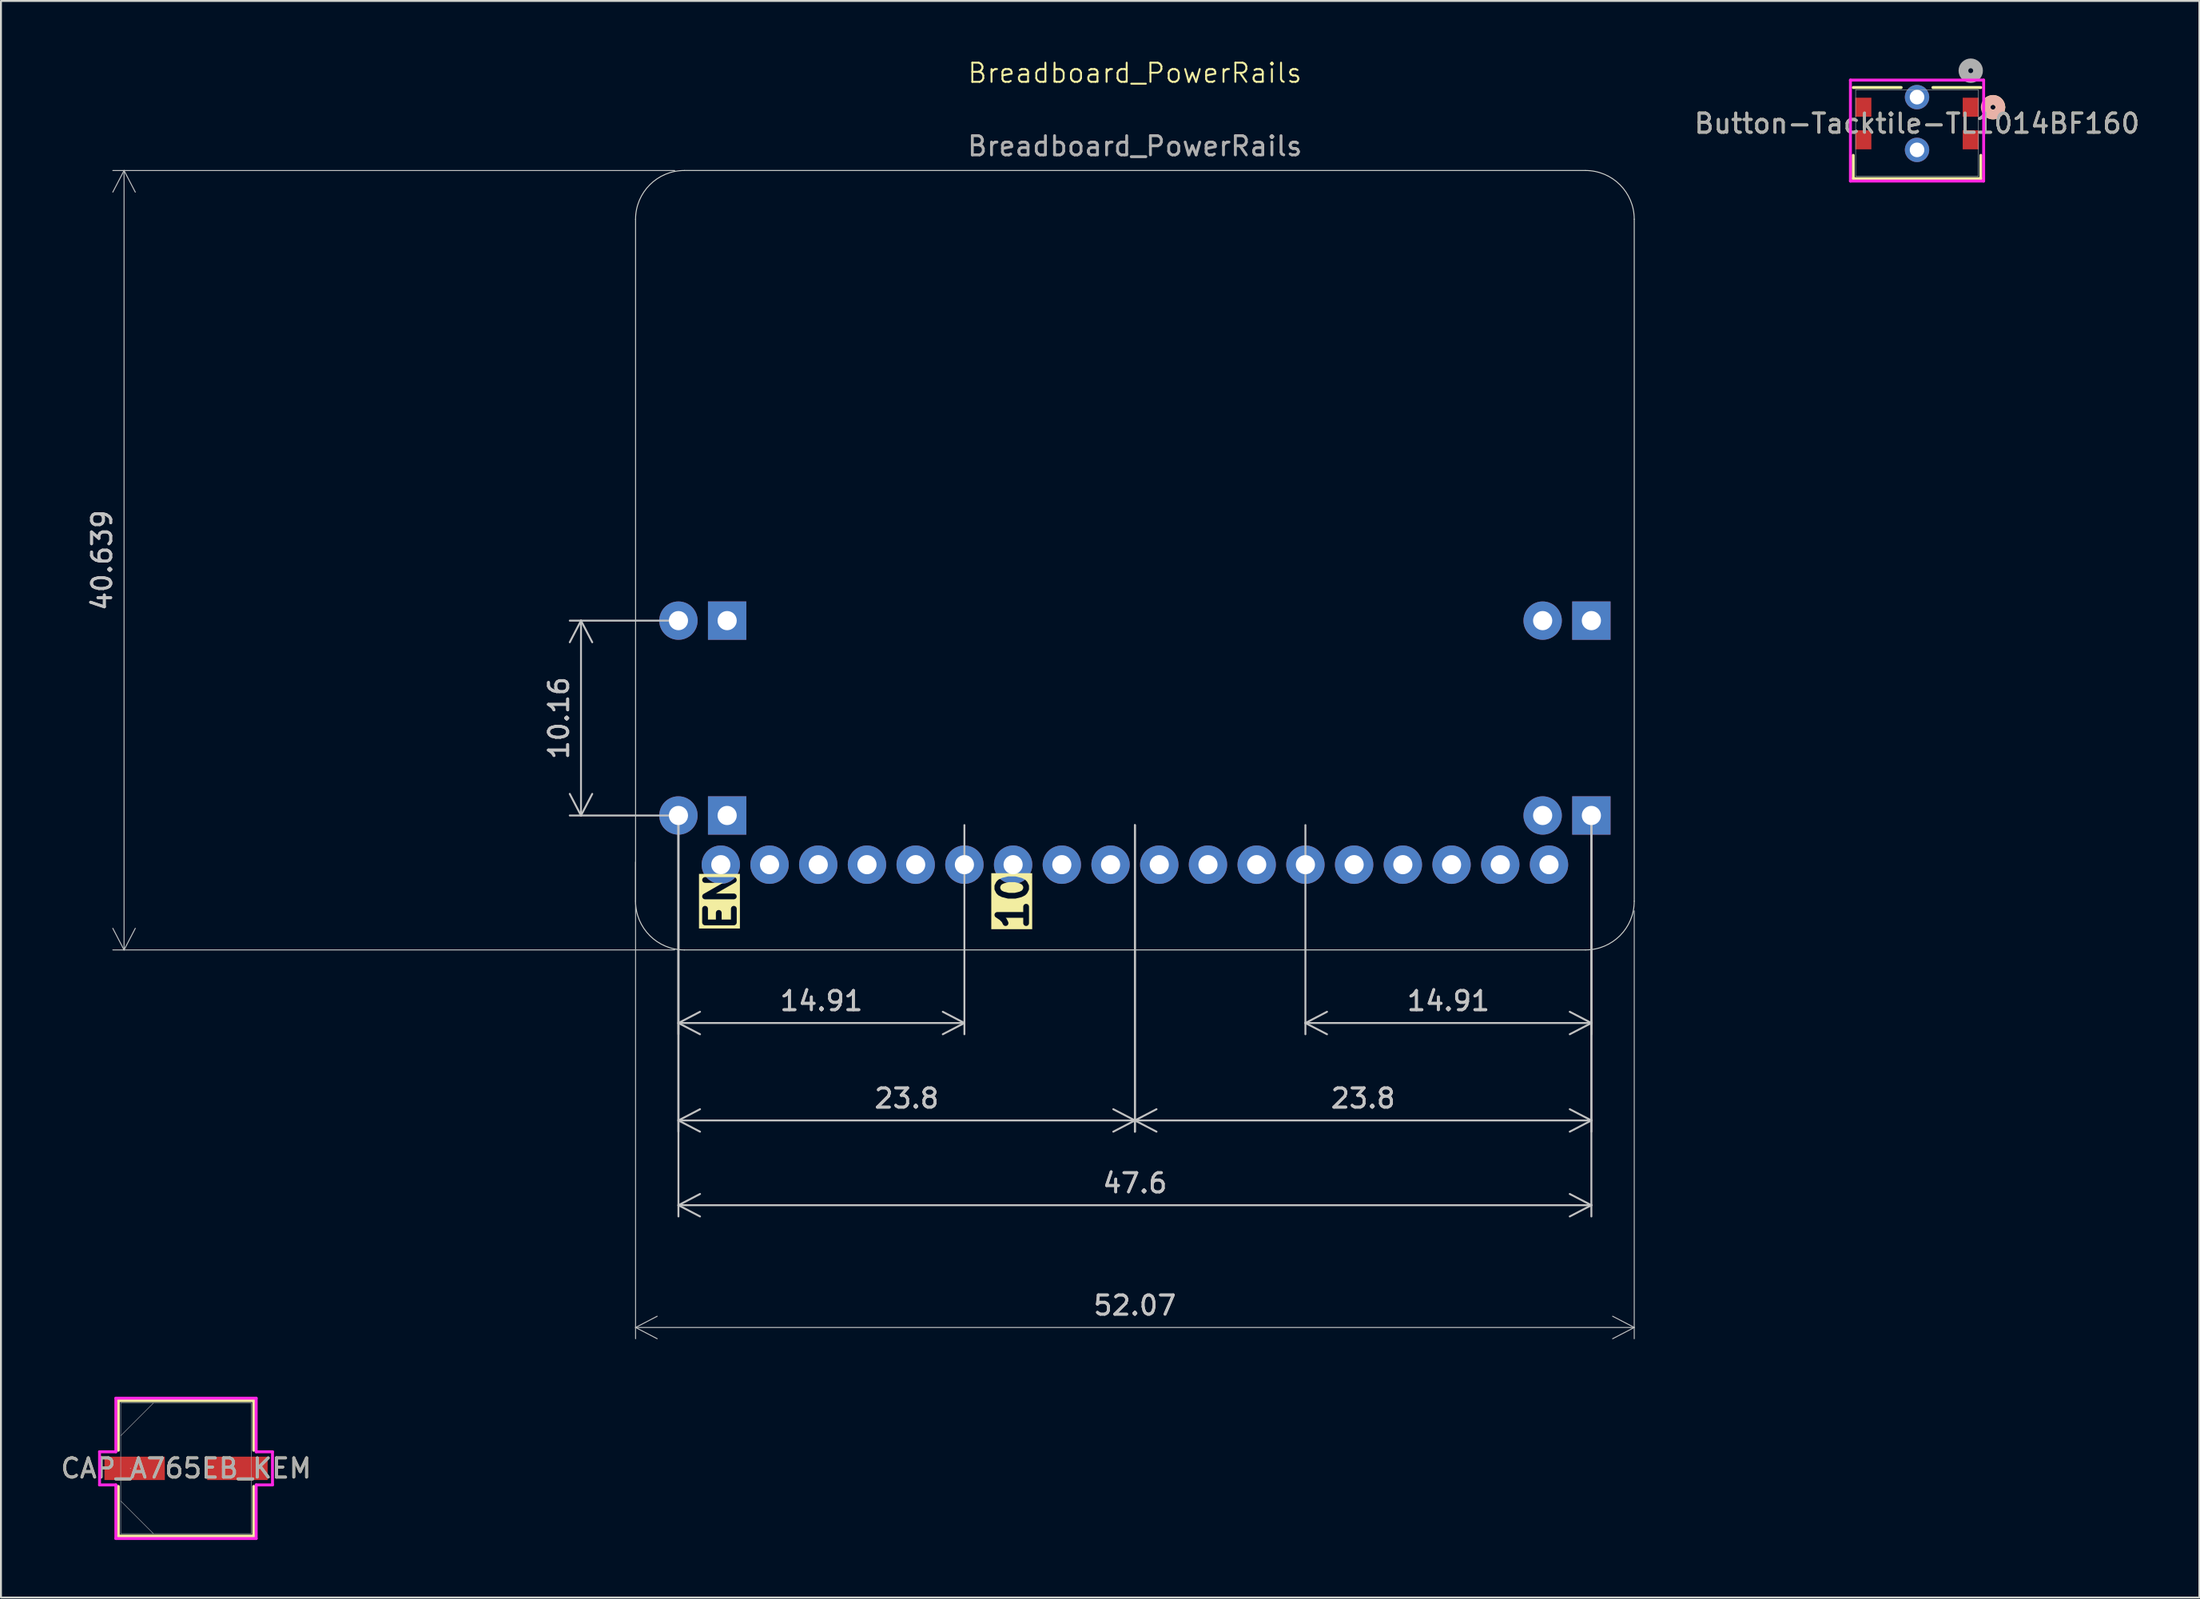
<source format=kicad_pcb>
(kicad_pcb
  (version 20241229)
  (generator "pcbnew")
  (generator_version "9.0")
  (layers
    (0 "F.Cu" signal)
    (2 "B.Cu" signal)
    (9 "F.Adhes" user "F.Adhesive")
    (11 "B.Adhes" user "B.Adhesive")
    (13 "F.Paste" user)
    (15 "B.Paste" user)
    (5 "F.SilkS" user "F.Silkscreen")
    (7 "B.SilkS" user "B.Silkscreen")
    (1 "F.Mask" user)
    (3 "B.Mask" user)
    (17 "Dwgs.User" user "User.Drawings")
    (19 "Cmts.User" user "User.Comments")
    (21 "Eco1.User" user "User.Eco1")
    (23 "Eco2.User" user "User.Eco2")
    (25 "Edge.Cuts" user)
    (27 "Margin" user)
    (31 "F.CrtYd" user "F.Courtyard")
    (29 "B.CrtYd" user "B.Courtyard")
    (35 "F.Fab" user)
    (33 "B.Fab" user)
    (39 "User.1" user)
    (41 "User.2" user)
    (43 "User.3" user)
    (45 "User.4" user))
  (footprint "Button-Tacktile-TL1014BF160"
    (layer "F.Cu")
    (at 96.903 3.888)
    (property "Reference" "Button-Tacktile-TL1014BF160" (at 0 -0.498 0) (unlocked yes) (layer "F.SilkS") (effects (font (size 1 1) (thickness 0.15))))
    (attr smd)
    (fp_line (start -3.327 1.162) (end -3.327 2.375) (stroke (width 0.152) (type solid)) (layer "F.SilkS"))
    (fp_line (start -3.327 2.375) (end 3.327 2.375) (stroke (width 0.152) (type solid)) (layer "F.SilkS"))
    (fp_line (start -0.827 -2.375) (end -3.327 -2.375) (stroke (width 0.152) (type solid)) (layer "F.SilkS"))
    (fp_line (start 3.327 -2.375) (end 0.827 -2.375) (stroke (width 0.152) (type solid)) (layer "F.SilkS"))
    (fp_line (start 3.327 2.375) (end 3.327 1.162) (stroke (width 0.152) (type solid)) (layer "F.SilkS"))
    (fp_arc (start 3.729639 -1.649535) (mid 4.130446 -1.689838) (end 4.3434 -1.3479) (stroke (width 0.508) (type solid)) (layer "F.SilkS"))
    (fp_arc (start 4.3434 -1.347899) (mid 4.130446 -1.005962) (end 3.729639 -1.046265) (stroke (width 0.508) (type solid)) (layer "F.SilkS"))
    (fp_circle (center 3.962 -1.348) (end 4.343 -1.348) (stroke (width 0.508) (type solid)) (fill no) (layer "B.SilkS"))
    (fp_line (start -3.473 -2.762) (end -3.473 2.502) (stroke (width 0.152) (type solid)) (layer "F.CrtYd"))
    (fp_line (start -3.473 2.502) (end 3.473 2.502) (stroke (width 0.152) (type solid)) (layer "F.CrtYd"))
    (fp_line (start 3.473 -2.762) (end -3.473 -2.762) (stroke (width 0.152) (type solid)) (layer "F.CrtYd"))
    (fp_line (start 3.473 2.502) (end 3.473 -2.762) (stroke (width 0.152) (type solid)) (layer "F.CrtYd"))
    (fp_line (start -3.2 -2.248) (end -3.2 2.248) (stroke (width 0.025) (type solid)) (layer "F.Fab"))
    (fp_line (start -3.2 2.248) (end 3.2 2.248) (stroke (width 0.025) (type solid)) (layer "F.Fab"))
    (fp_line (start 3.2 -2.248) (end -3.2 -2.248) (stroke (width 0.025) (type solid)) (layer "F.Fab"))
    (fp_line (start 3.2 2.248) (end 3.2 -2.248) (stroke (width 0.025) (type solid)) (layer "F.Fab"))
    (fp_circle (center 2.8 -3.253) (end 3.181 -3.253) (stroke (width 0.508) (type solid)) (fill no) (layer "F.Fab"))
    (fp_text user "${REFERENCE}" (at 0 -0.498 0) (unlocked yes) (layer "F.Fab") (effects (font (size 1 1) (thickness 0.15))))
    (pad "1" smd rect (at 2.8 -1.348) (size 0.838 0.991) (layers "F.Cu" "F.Mask" "F.Paste"))
    (pad "2" smd rect (at 2.8 0.352) (size 0.838 0.991) (layers "F.Cu" "F.Mask" "F.Paste"))
    (pad "3" smd rect (at -2.8 -1.348) (size 0.838 0.991) (layers "F.Cu" "F.Mask" "F.Paste"))
    (pad "4" smd rect (at -2.8 0.352) (size 0.838 0.991) (layers "F.Cu" "F.Mask" "F.Paste"))
    (pad "5" thru_hole circle (at 0 -1.873 90) (size 1.27 1.27) (drill 0.762) (layers "*.Cu" "*.Mask"))
    (pad "6" thru_hole circle (at 0 0.877 90) (size 1.27 1.27) (drill 0.762) (layers "*.Cu" "*.Mask")))
  (footprint "Breadboard_PowerRails"
    (layer "F.Cu")
    (at 56.123 5.84)
    (property "Reference" "Breadboard_PowerRails" (at 0 -5.08 0) (unlocked yes) (layer "F.SilkS") (effects (font (size 1 1) (thickness 0.1))))
    (attr through_hole)
    (fp_line (start -26.035 38.1) (end -26.035 2.54) (stroke (width 0.05) (type default)) (layer "Edge.Cuts"))
    (fp_line (start -23.495 40.64) (end 23.495 40.64) (stroke (width 0.05) (type default)) (layer "Edge.Cuts"))
    (fp_line (start 23.495 0) (end -23.495 0) (stroke (width 0.05) (type default)) (layer "Edge.Cuts"))
    (fp_line (start 26.035 38.1) (end 26.035 2.54) (stroke (width 0.05) (type default)) (layer "Edge.Cuts"))
    (fp_arc (start -26.035 2.54) (mid -25.291051 0.743949) (end -23.495 0) (stroke (width 0.05) (type default)) (layer "Edge.Cuts"))
    (fp_arc (start -23.495 40.64) (mid -25.291051 39.896051) (end -26.035 38.1) (stroke (width 0.05) (type default)) (layer "Edge.Cuts"))
    (fp_arc (start 23.495 0) (mid 25.291051 0.743949) (end 26.035 2.54) (stroke (width 0.05) (type default)) (layer "Edge.Cuts"))
    (fp_arc (start 26.035 38.1) (mid 25.291051 39.896051) (end 23.495 40.64) (stroke (width 0.05) (type default)) (layer "Edge.Cuts"))
    (fp_text user "10" (at -6.35 38.1 90) (unlocked yes) (layer "F.SilkS" knockout) (effects (font (size 1.5 1.5) (thickness 0.3) (bold yes))))
    (fp_text user "EN" (at -21.59 38.1 90) (unlocked yes) (layer "F.SilkS" knockout) (effects (font (size 1.5 1.5) (thickness 0.3) (bold yes))))
    (fp_text user "${REFERENCE}" (at 0 -1.27 0) (unlocked yes) (layer "F.Fab") (effects (font (size 1 1) (thickness 0.15))))
    (dimension (type orthogonal) (layer "Dwgs.User") (pts (xy 32.628 5.841) (xy 32.628 46.48)) (height -29.21) (orientation 1) (format (prefix "") (suffix "") (units 3) (units_format 0) (precision 4) (suppress_zeroes yes)) (style (thickness 0.05) (arrow_length 1.27) (text_position_mode 0) (arrow_direction outward) (extension_height 0.586) (extension_offset 0.5) (keep_text_aligned yes)) (gr_text "40.64" (at 2.268 26.161 90) (layer "Dwgs.User") (effects (font (size 1 1) (thickness 0.15)))))
    (dimension (type orthogonal) (layer "Dwgs.User") (pts (xy 32.323 39.471) (xy 32.323 29.311)) (height -5.08) (orientation 1) (format (prefix "") (suffix "") (units 3) (units_format 0) (precision 4) (suppress_zeroes yes)) (style (thickness 0.1) (arrow_length 1.27) (text_position_mode 0) (arrow_direction outward) (extension_height 0.586) (extension_offset 0.5) (keep_text_aligned yes)) (gr_text "10.16" (at 26.093 34.391 90) (layer "Dwgs.User") (effects (font (size 1 1) (thickness 0.15)))))
    (dimension (type orthogonal) (layer "Dwgs.User") (pts (xy 30.088 41.401) (xy 82.158 43.941)) (height 24.765) (orientation 0) (format (prefix "") (suffix "") (units 3) (units_format 0) (precision 4) (suppress_zeroes yes)) (style (thickness 0.05) (arrow_length 1.27) (text_position_mode 0) (arrow_direction outward) (extension_height 0.586) (extension_offset 0.5) (keep_text_aligned yes)) (gr_text "52.07" (at 56.123 65.016 0) (layer "Dwgs.User") (effects (font (size 1 1) (thickness 0.15)))))
    (dimension (type orthogonal) (layer "Dwgs.User") (pts (xy 79.923 39.471) (xy 56.123 39.471)) (height 15.9) (orientation 0) (format (prefix "") (suffix "") (units 3) (units_format 0) (precision 4) (suppress_zeroes yes)) (style (thickness 0.1) (arrow_length 1.27) (text_position_mode 0) (arrow_direction outward) (extension_height 0.586) (extension_offset 0.5) (keep_text_aligned yes)) (gr_text "23.8" (at 68.023 54.221 0) (layer "Dwgs.User") (effects (font (size 1 1) (thickness 0.15)))))
    (dimension (type orthogonal) (layer "Dwgs.User") (pts (xy 32.323 39.471) (xy 56.123 39.471)) (height 15.9) (orientation 0) (format (prefix "") (suffix "") (units 3) (units_format 0) (precision 4) (suppress_zeroes yes)) (style (thickness 0.1) (arrow_length 1.27) (text_position_mode 0) (arrow_direction outward) (extension_height 0.586) (extension_offset 0.5) (keep_text_aligned yes)) (gr_text "23.8" (at 44.223 54.221 0) (layer "Dwgs.User") (effects (font (size 1 1) (thickness 0.15)))))
    (dimension (type orthogonal) (layer "Dwgs.User") (pts (xy 79.923 39.471) (xy 65.013 39.471)) (height 10.82) (orientation 0) (format (prefix "") (suffix "") (units 3) (units_format 0) (precision 4) (suppress_zeroes yes)) (style (thickness 0.1) (arrow_length 1.27) (text_position_mode 0) (arrow_direction outward) (extension_height 0.586) (extension_offset 0.5) (keep_text_aligned yes)) (gr_text "14.91" (at 72.468 49.141 0) (layer "Dwgs.User") (effects (font (size 1 1) (thickness 0.15)))))
    (dimension (type orthogonal) (layer "Dwgs.User") (pts (xy 32.323 39.471) (xy 47.233 39.471)) (height 10.82) (orientation 0) (format (prefix "") (suffix "") (units 3) (units_format 0) (precision 4) (suppress_zeroes yes)) (style (thickness 0.1) (arrow_length 1.27) (text_position_mode 0) (arrow_direction outward) (extension_height 0.586) (extension_offset 0.5) (keep_text_aligned yes)) (gr_text "14.91" (at 39.778 49.141 0) (layer "Dwgs.User") (effects (font (size 1 1) (thickness 0.15)))))
    (dimension (type orthogonal) (layer "Dwgs.User") (pts (xy 32.323 39.471) (xy 79.923 39.471)) (height 20.32) (orientation 0) (format (prefix "") (suffix "") (units 3) (units_format 0) (precision 4) (suppress_zeroes yes)) (style (thickness 0.1) (arrow_length 1.27) (text_position_mode 0) (arrow_direction outward) (extension_height 0.586) (extension_offset 0.5) (keep_text_aligned yes)) (gr_text "47.6" (at 56.123 58.641 0) (layer "Dwgs.User") (effects (font (size 1 1) (thickness 0.15)))))
    (pad "1" thru_hole circle (at -21.59 36.195) (size 2 2) (drill 1) (layers "*.Cu" "*.Mask"))
    (pad "2" thru_hole circle (at -19.05 36.195) (size 2 2) (drill 1) (layers "*.Cu" "*.Mask"))
    (pad "3" thru_hole circle (at -16.51 36.195) (size 2 2) (drill 1) (layers "*.Cu" "*.Mask"))
    (pad "4" thru_hole circle (at -13.97 36.195) (size 2 2) (drill 1) (layers "*.Cu" "*.Mask"))
    (pad "5" thru_hole circle (at -11.43 36.195) (size 2 2) (drill 1) (layers "*.Cu" "*.Mask"))
    (pad "6" thru_hole circle (at -8.89 36.195) (size 2 2) (drill 1) (layers "*.Cu" "*.Mask"))
    (pad "7" thru_hole circle (at -6.35 36.195) (size 2 2) (drill 1) (layers "*.Cu" "*.Mask"))
    (pad "8" thru_hole circle (at -3.81 36.195) (size 2 2) (drill 1) (layers "*.Cu" "*.Mask"))
    (pad "9" thru_hole circle (at -1.27 36.195) (size 2 2) (drill 1) (layers "*.Cu" "*.Mask"))
    (pad "10" thru_hole circle (at 1.27 36.195) (size 2 2) (drill 1) (layers "*.Cu" "*.Mask"))
    (pad "11" thru_hole circle (at 3.81 36.195) (size 2 2) (drill 1) (layers "*.Cu" "*.Mask"))
    (pad "12" thru_hole circle (at 6.35 36.195) (size 2 2) (drill 1) (layers "*.Cu" "*.Mask"))
    (pad "13" thru_hole circle (at 8.89 36.195) (size 2 2) (drill 1) (layers "*.Cu" "*.Mask"))
    (pad "14" thru_hole circle (at 11.43 36.195) (size 2 2) (drill 1) (layers "*.Cu" "*.Mask"))
    (pad "15" thru_hole circle (at 13.97 36.195) (size 2 2) (drill 1) (layers "*.Cu" "*.Mask"))
    (pad "16" thru_hole circle (at 16.51 36.195) (size 2 2) (drill 1) (layers "*.Cu" "*.Mask"))
    (pad "17" thru_hole circle (at 19.05 36.195) (size 2 2) (drill 1) (layers "*.Cu" "*.Mask"))
    (pad "18" thru_hole circle (at 21.59 36.195) (size 2 2) (drill 1) (layers "*.Cu" "*.Mask"))
    (pad "G1" thru_hole rect (at -21.26 23.47) (size 2 2) (drill 1) (layers "*.Cu" "*.Mask"))
    (pad "G1" thru_hole rect (at -21.26 33.63) (size 2 2) (drill 1) (layers "*.Cu" "*.Mask"))
    (pad "G2" thru_hole rect (at 23.8 23.47) (size 2 2) (drill 1) (layers "*.Cu" "*.Mask"))
    (pad "G2" thru_hole rect (at 23.8 33.63) (size 2 2) (drill 1) (layers "*.Cu" "*.Mask"))
    (pad "V1" thru_hole circle (at -23.8 23.47) (size 2 2) (drill 1) (layers "*.Cu" "*.Mask"))
    (pad "V1" thru_hole circle (at -23.8 33.63) (size 2 2) (drill 1) (layers "*.Cu" "*.Mask"))
    (pad "V2" thru_hole circle (at 21.26 23.47) (size 2 2) (drill 1) (layers "*.Cu" "*.Mask"))
    (pad "V2" thru_hole circle (at 21.26 33.63) (size 2 2) (drill 1) (layers "*.Cu" "*.Mask")))
  (footprint "CAP_A765EB_KEM"
    (layer "F.Cu")
    (at 6.649 73.511)
    (property "Reference" "CAP_A765EB_KEM" (at 0 0 0) (unlocked yes) (layer "F.SilkS") (effects (font (size 1 1) (thickness 0.15))))
    (attr smd)
    (fp_line (start -3.531 -3.531) (end -3.531 -0.942) (stroke (width 0.152) (type solid)) (layer "F.SilkS"))
    (fp_line (start -3.531 0.942) (end -3.531 3.531) (stroke (width 0.152) (type solid)) (layer "F.SilkS"))
    (fp_line (start -3.531 3.531) (end 3.531 3.531) (stroke (width 0.152) (type solid)) (layer "F.SilkS"))
    (fp_line (start 3.531 -3.531) (end -3.531 -3.531) (stroke (width 0.152) (type solid)) (layer "F.SilkS"))
    (fp_line (start 3.531 -0.942) (end 3.531 -3.531) (stroke (width 0.152) (type solid)) (layer "F.SilkS"))
    (fp_line (start 3.531 3.531) (end 3.531 0.942) (stroke (width 0.152) (type solid)) (layer "F.SilkS"))
    (fp_line (start -4.508 -0.864) (end -3.658 -0.864) (stroke (width 0.152) (type solid)) (layer "F.CrtYd"))
    (fp_line (start -4.508 0.864) (end -4.508 -0.864) (stroke (width 0.152) (type solid)) (layer "F.CrtYd"))
    (fp_line (start -3.658 -3.658) (end 3.658 -3.658) (stroke (width 0.152) (type solid)) (layer "F.CrtYd"))
    (fp_line (start -3.658 -0.864) (end -3.658 -3.658) (stroke (width 0.152) (type solid)) (layer "F.CrtYd"))
    (fp_line (start -3.658 0.864) (end -4.508 0.864) (stroke (width 0.152) (type solid)) (layer "F.CrtYd"))
    (fp_line (start -3.658 3.658) (end -3.658 0.864) (stroke (width 0.152) (type solid)) (layer "F.CrtYd"))
    (fp_line (start 3.658 -3.658) (end 3.658 -0.864) (stroke (width 0.152) (type solid)) (layer "F.CrtYd"))
    (fp_line (start 3.658 -0.864) (end 4.508 -0.864) (stroke (width 0.152) (type solid)) (layer "F.CrtYd"))
    (fp_line (start 3.658 0.864) (end 3.658 3.658) (stroke (width 0.152) (type solid)) (layer "F.CrtYd"))
    (fp_line (start 3.658 3.658) (end -3.658 3.658) (stroke (width 0.152) (type solid)) (layer "F.CrtYd"))
    (fp_line (start 4.508 -0.864) (end 4.508 0.864) (stroke (width 0.152) (type solid)) (layer "F.CrtYd"))
    (fp_line (start 4.508 0.864) (end 3.658 0.864) (stroke (width 0.152) (type solid)) (layer "F.CrtYd"))
    (fp_line (start -3.404 -3.404) (end -3.404 3.404) (stroke (width 0.025) (type solid)) (layer "F.Fab"))
    (fp_line (start -3.404 -1.702) (end -1.702 -3.404) (stroke (width 0.025) (type solid)) (layer "F.Fab"))
    (fp_line (start -3.404 1.702) (end -1.702 3.404) (stroke (width 0.025) (type solid)) (layer "F.Fab"))
    (fp_line (start -3.404 3.404) (end 3.404 3.404) (stroke (width 0.025) (type solid)) (layer "F.Fab"))
    (fp_line (start 3.404 -3.404) (end -3.404 -3.404) (stroke (width 0.025) (type solid)) (layer "F.Fab"))
    (fp_line (start 3.404 3.404) (end 3.404 -3.404) (stroke (width 0.025) (type solid)) (layer "F.Fab"))
    (fp_circle (center -2.896 0) (end -2.896 0) (stroke (width 0.025) (type solid)) (fill no) (layer "F.Fab"))
    (fp_text user "${REFERENCE}" (at 0 0 0) (unlocked yes) (layer "F.Fab") (effects (font (size 1 1) (thickness 0.15))))
    (pad "1" smd rect (at -2.68 0) (size 3.15 1.219) (layers "F.Cu" "F.Mask" "F.Paste"))
    (pad "2" smd rect (at 2.68 0) (size 3.15 1.219) (layers "F.Cu" "F.Mask" "F.Paste"))
    (zone (net_name "") (layer "F.Cu") (hatch full 0.508) (connect_pads) (min_thickness 0.254) (filled_areas_thickness no) (keepout (tracks not_allowed) (vias not_allowed) (pads allowed) (copperpour not_allowed) (footprints allowed)) (placement (enabled no)) (fill) (polygon (pts (xy 3.296 70.158) (xy 10.002 70.158) (xy 10.002 72.85) (xy 3.296 72.85))))
    (zone (net_name "") (layer "F.Cu") (hatch full 0.508) (connect_pads) (min_thickness 0.254) (filled_areas_thickness no) (keepout (tracks not_allowed) (vias not_allowed) (pads allowed) (copperpour not_allowed) (footprints allowed)) (placement (enabled no)) (fill) (polygon (pts (xy 3.296 74.171) (xy 10.002 74.171) (xy 10.002 76.864) (xy 3.296 76.864))))
    (zone (net_name "") (layer "F.Cu") (hatch full 0.508) (connect_pads) (min_thickness 0.254) (filled_areas_thickness no) (keepout (tracks not_allowed) (vias not_allowed) (pads allowed) (copperpour not_allowed) (footprints allowed)) (placement (enabled no)) (fill) (polygon (pts (xy 5.595 72.85) (xy 7.703 72.85) (xy 7.703 74.171) (xy 5.595 74.171)))))
  (gr_rect
    (start -3 -3)
    (end 111.623 80.245)
    (stroke (width 0.1) (type default))
    (fill no)
    (layer "Edge.Cuts")))
</source>
